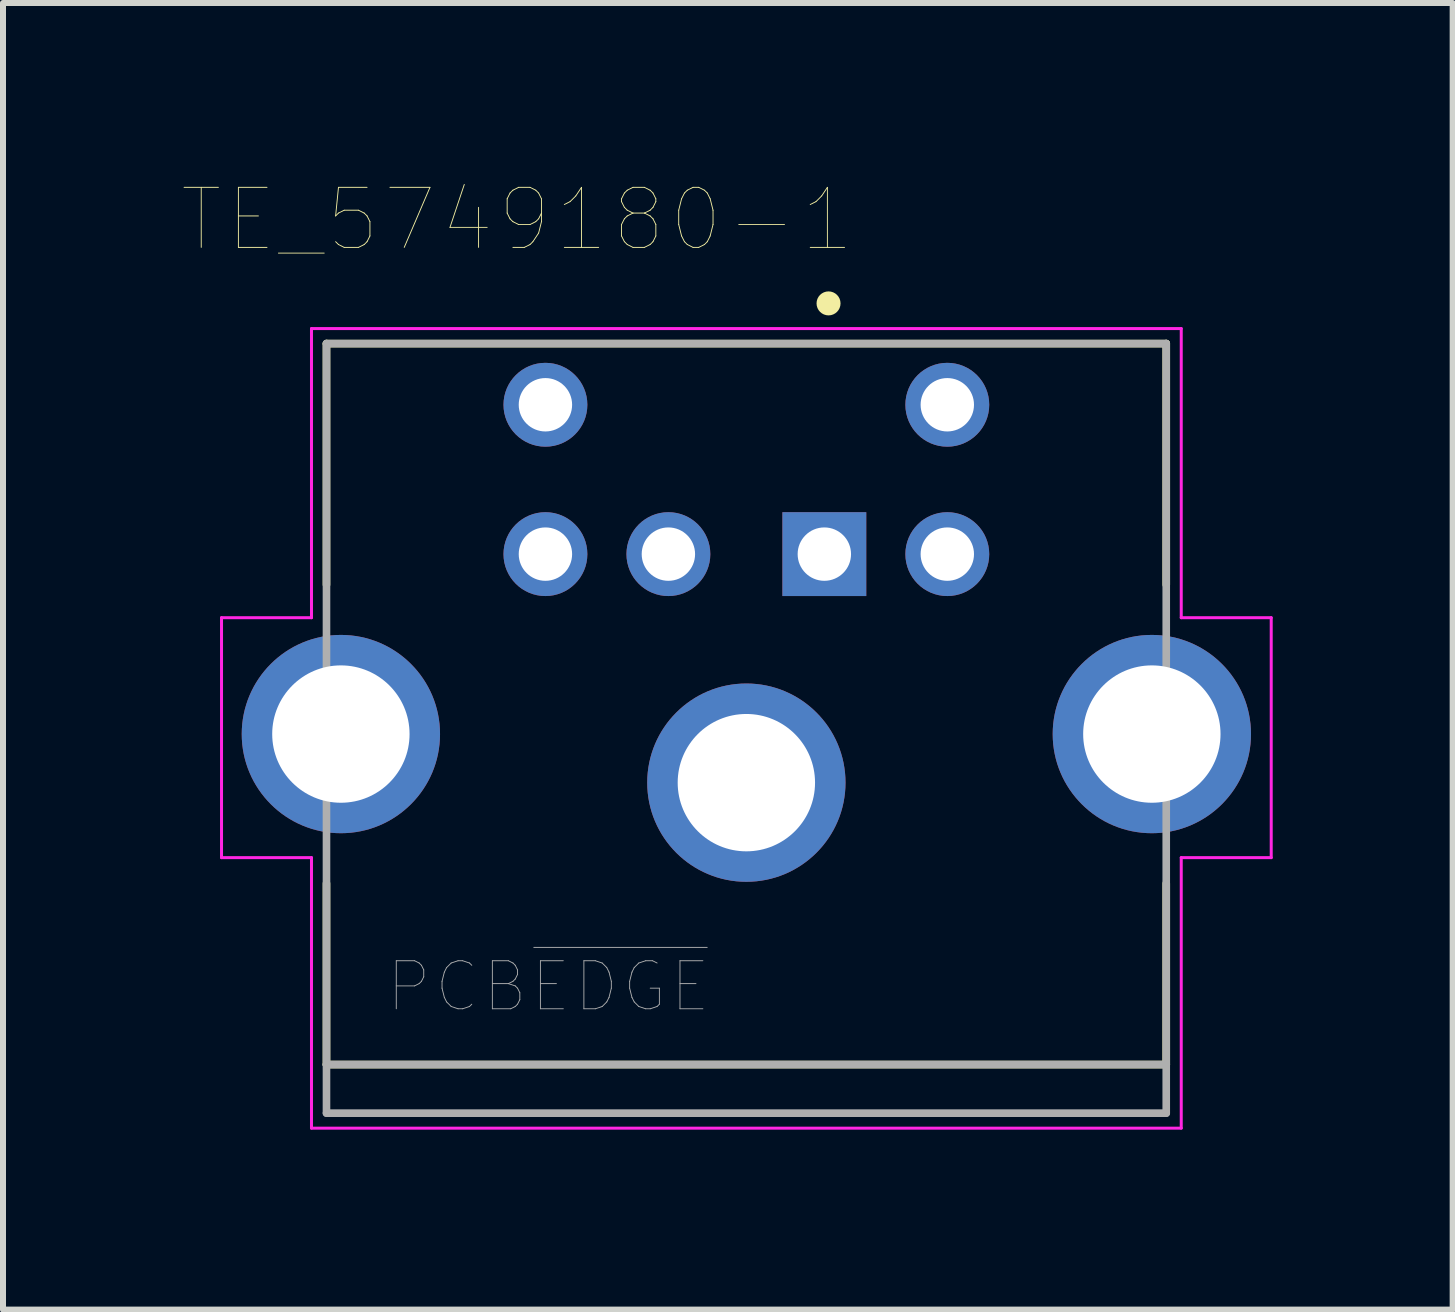
<source format=kicad_pcb>
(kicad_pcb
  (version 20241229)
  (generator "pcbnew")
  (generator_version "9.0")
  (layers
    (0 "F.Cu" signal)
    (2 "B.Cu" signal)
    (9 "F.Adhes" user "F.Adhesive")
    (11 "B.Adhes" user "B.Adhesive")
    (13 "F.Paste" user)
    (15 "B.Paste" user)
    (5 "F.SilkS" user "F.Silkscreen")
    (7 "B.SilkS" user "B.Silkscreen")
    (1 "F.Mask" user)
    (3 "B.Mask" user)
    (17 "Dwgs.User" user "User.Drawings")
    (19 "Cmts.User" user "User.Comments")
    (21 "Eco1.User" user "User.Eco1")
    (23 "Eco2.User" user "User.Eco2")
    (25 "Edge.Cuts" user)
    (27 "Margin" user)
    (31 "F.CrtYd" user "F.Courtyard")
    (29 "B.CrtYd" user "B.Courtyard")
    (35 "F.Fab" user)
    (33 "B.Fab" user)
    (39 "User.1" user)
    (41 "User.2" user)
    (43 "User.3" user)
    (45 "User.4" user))
  (footprint "TE_5749180-1"
    (layer "F.Cu")
    (at 9.393 9.998)
    (property "Reference" "TE_5749180-1" (at -3.821 -9.386 0) (layer "F.SilkS") (effects (font (size 1.001 1.001) (thickness 0.015))))
    (attr through_hole)
    (fp_line (start -7 -7.32) (end -7 -3.3) (stroke (width 0.127) (type solid)) (layer "F.SilkS"))
    (fp_line (start -7 1.68) (end -7 4.7) (stroke (width 0.127) (type solid)) (layer "F.SilkS"))
    (fp_line (start -7 4.7) (end 7 4.7) (stroke (width 0.127) (type solid)) (layer "F.SilkS"))
    (fp_line (start 7 -7.32) (end -7 -7.32) (stroke (width 0.127) (type solid)) (layer "F.SilkS"))
    (fp_line (start 7 -3.3) (end 7 -7.32) (stroke (width 0.127) (type solid)) (layer "F.SilkS"))
    (fp_line (start 7 4.7) (end 7 1.68) (stroke (width 0.127) (type solid)) (layer "F.SilkS"))
    (fp_circle (center 1.37 -7.99) (end 1.47 -7.99) (stroke (width 0.2) (type solid)) (fill no) (layer "F.SilkS"))
    (fp_line (start -8.75 -2.75) (end -8.75 1.25) (stroke (width 0.05) (type solid)) (layer "F.CrtYd"))
    (fp_line (start -8.75 1.25) (end -7.25 1.25) (stroke (width 0.05) (type solid)) (layer "F.CrtYd"))
    (fp_line (start -7.25 -7.57) (end -7.25 -2.75) (stroke (width 0.05) (type solid)) (layer "F.CrtYd"))
    (fp_line (start -7.25 -2.75) (end -8.75 -2.75) (stroke (width 0.05) (type solid)) (layer "F.CrtYd"))
    (fp_line (start -7.25 1.25) (end -7.25 5.76) (stroke (width 0.05) (type solid)) (layer "F.CrtYd"))
    (fp_line (start -7.25 5.76) (end 7.25 5.76) (stroke (width 0.05) (type solid)) (layer "F.CrtYd"))
    (fp_line (start 7.25 -7.57) (end -7.25 -7.57) (stroke (width 0.05) (type solid)) (layer "F.CrtYd"))
    (fp_line (start 7.25 -2.75) (end 7.25 -7.57) (stroke (width 0.05) (type solid)) (layer "F.CrtYd"))
    (fp_line (start 7.25 1.25) (end 8.75 1.25) (stroke (width 0.05) (type solid)) (layer "F.CrtYd"))
    (fp_line (start 7.25 5.76) (end 7.25 1.25) (stroke (width 0.05) (type solid)) (layer "F.CrtYd"))
    (fp_line (start 8.75 -2.75) (end 7.25 -2.75) (stroke (width 0.05) (type solid)) (layer "F.CrtYd"))
    (fp_line (start 8.75 1.25) (end 8.75 -2.75) (stroke (width 0.05) (type solid)) (layer "F.CrtYd"))
    (fp_line (start -7 -7.32) (end -7 4.7) (stroke (width 0.127) (type solid)) (layer "F.Fab"))
    (fp_line (start -7 4.7) (end -7 5.51) (stroke (width 0.127) (type solid)) (layer "F.Fab"))
    (fp_line (start -7 4.7) (end 7 4.7) (stroke (width 0.127) (type solid)) (layer "F.Fab"))
    (fp_line (start -7 5.51) (end 7 5.51) (stroke (width 0.127) (type solid)) (layer "F.Fab"))
    (fp_line (start 7 -7.32) (end -7 -7.32) (stroke (width 0.127) (type solid)) (layer "F.Fab"))
    (fp_line (start 7 4.7) (end 7 -7.32) (stroke (width 0.127) (type solid)) (layer "F.Fab"))
    (fp_line (start 7 5.51) (end 7 4.7) (stroke (width 0.127) (type solid)) (layer "F.Fab"))
    (fp_text user "PCB~{EDGE}" (at -3.3 3.4 0) (layer "F.Fab") (effects (font (size 0.801 0.801) (thickness 0.015))))
    (pad "1" thru_hole rect (at 1.3 -3.81) (size 1.398 1.398) (drill 0.89) (layers "*.Cu" "*.Mask"))
    (pad "2" thru_hole circle (at -1.3 -3.81) (size 1.398 1.398) (drill 0.89) (layers "*.Cu" "*.Mask"))
    (pad "3" thru_hole circle (at 3.35 -3.81) (size 1.398 1.398) (drill 0.89) (layers "*.Cu" "*.Mask"))
    (pad "4" thru_hole circle (at -3.35 -3.81) (size 1.398 1.398) (drill 0.89) (layers "*.Cu" "*.Mask"))
    (pad "5" thru_hole circle (at 3.35 -6.3) (size 1.398 1.398) (drill 0.89) (layers "*.Cu" "*.Mask"))
    (pad "6" thru_hole circle (at -3.35 -6.3) (size 1.398 1.398) (drill 0.89) (layers "*.Cu" "*.Mask"))
    (pad "S1" thru_hole circle (at 0 0) (size 3.306 3.306) (drill 2.29) (layers "*.Cu" "*.Mask"))
    (pad "S2" thru_hole circle (at -6.76 -0.81) (size 3.306 3.306) (drill 2.29) (layers "*.Cu" "*.Mask"))
    (pad "S3" thru_hole circle (at 6.76 -0.81) (size 3.306 3.306) (drill 2.29) (layers "*.Cu" "*.Mask")))
  (gr_rect
    (start -3 -3)
    (end 21.168 18.783)
    (stroke (width 0.1) (type default))
    (fill no)
    (layer "Edge.Cuts")))
</source>
